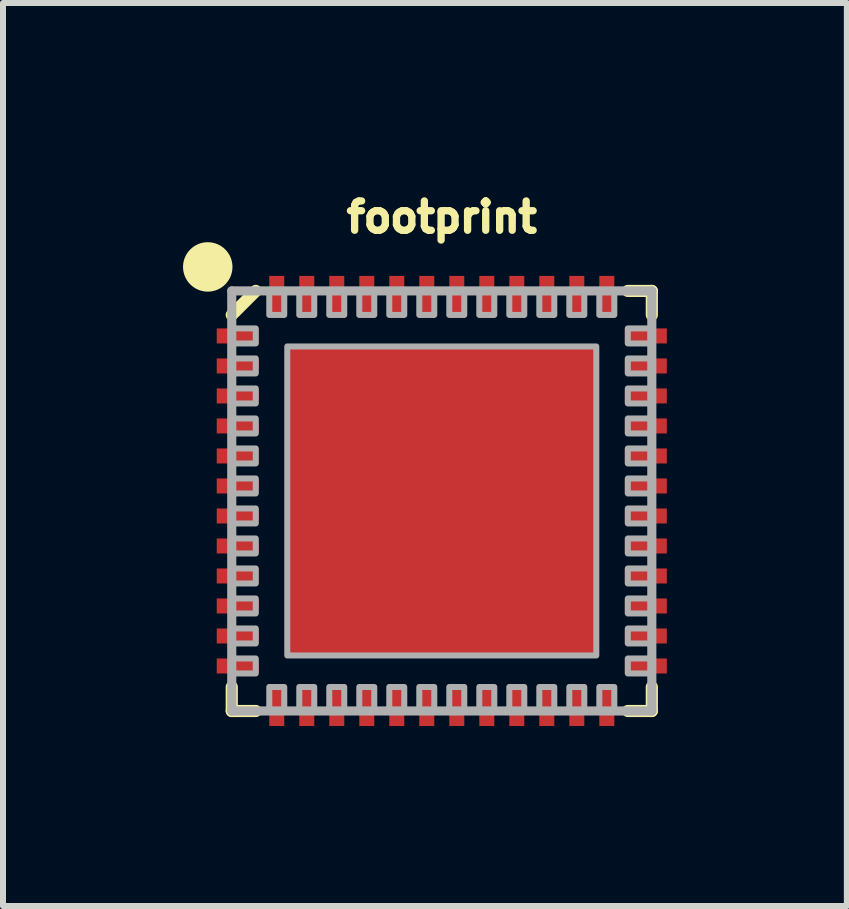
<source format=kicad_pcb>
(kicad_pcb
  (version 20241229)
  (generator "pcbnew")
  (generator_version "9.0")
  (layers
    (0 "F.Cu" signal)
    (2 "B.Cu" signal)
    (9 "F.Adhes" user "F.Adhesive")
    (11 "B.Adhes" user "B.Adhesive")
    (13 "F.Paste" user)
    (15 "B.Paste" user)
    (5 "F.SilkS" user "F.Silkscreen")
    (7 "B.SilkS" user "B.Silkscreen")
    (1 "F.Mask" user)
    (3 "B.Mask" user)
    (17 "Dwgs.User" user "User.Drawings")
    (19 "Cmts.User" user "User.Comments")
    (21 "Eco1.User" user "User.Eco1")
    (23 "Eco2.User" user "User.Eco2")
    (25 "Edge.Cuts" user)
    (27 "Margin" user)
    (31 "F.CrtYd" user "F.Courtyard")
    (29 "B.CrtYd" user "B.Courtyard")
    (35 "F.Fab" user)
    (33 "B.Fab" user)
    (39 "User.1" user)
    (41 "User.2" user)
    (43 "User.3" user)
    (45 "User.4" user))
  (footprint "footprint"
    (layer "F.Cu")
    (at 4.312 5.298)
    (property "Reference" "footprint" (at 0 -4.445 0) (layer "F.SilkS") (effects (font (size 0.488 0.488) (thickness 0.122)) (justify bottom)))
    (fp_line (start -3.5 -3.1) (end -3.1 -3.5) (stroke (width 0.203) (type solid)) (layer "F.SilkS"))
    (fp_line (start -3.5 3.5) (end -3.5 3.1) (stroke (width 0.203) (type solid)) (layer "F.SilkS"))
    (fp_line (start -3.1 3.5) (end -3.5 3.5) (stroke (width 0.203) (type solid)) (layer "F.SilkS"))
    (fp_line (start 3.1 -3.5) (end 3.5 -3.5) (stroke (width 0.203) (type solid)) (layer "F.SilkS"))
    (fp_line (start 3.5 -3.5) (end 3.5 -3.1) (stroke (width 0.203) (type solid)) (layer "F.SilkS"))
    (fp_line (start 3.5 3.1) (end 3.5 3.5) (stroke (width 0.203) (type solid)) (layer "F.SilkS"))
    (fp_line (start 3.5 3.5) (end 3.1 3.5) (stroke (width 0.203) (type solid)) (layer "F.SilkS"))
    (fp_circle (center -3.9 -3.9) (end -3.694 -3.9) (stroke (width 0.412) (type solid)) (fill yes) (layer "F.SilkS"))
    (fp_line (start -3.5 -3.5) (end -3.5 3.5) (stroke (width 0.152) (type solid)) (layer "F.Fab"))
    (fp_line (start -3.5 3.5) (end 3.5 3.5) (stroke (width 0.152) (type solid)) (layer "F.Fab"))
    (fp_line (start 3.5 -3.5) (end -3.5 -3.5) (stroke (width 0.152) (type solid)) (layer "F.Fab"))
    (fp_line (start 3.5 3.5) (end 3.5 -3.5) (stroke (width 0.152) (type solid)) (layer "F.Fab"))
    (fp_poly (pts (xy -3.5 -2.625) (xy -3.1 -2.625) (xy -3.1 -2.875) (xy -3.5 -2.875)) (stroke (width 0.1) (type solid)) (fill no) (layer "F.Fab"))
    (fp_poly (pts (xy -3.5 -2.125) (xy -3.1 -2.125) (xy -3.1 -2.375) (xy -3.5 -2.375)) (stroke (width 0.1) (type solid)) (fill no) (layer "F.Fab"))
    (fp_poly (pts (xy -3.5 -1.625) (xy -3.1 -1.625) (xy -3.1 -1.875) (xy -3.5 -1.875)) (stroke (width 0.1) (type solid)) (fill no) (layer "F.Fab"))
    (fp_poly (pts (xy -3.5 -1.125) (xy -3.1 -1.125) (xy -3.1 -1.375) (xy -3.5 -1.375)) (stroke (width 0.1) (type solid)) (fill no) (layer "F.Fab"))
    (fp_poly (pts (xy -3.5 -0.625) (xy -3.1 -0.625) (xy -3.1 -0.875) (xy -3.5 -0.875)) (stroke (width 0.1) (type solid)) (fill no) (layer "F.Fab"))
    (fp_poly (pts (xy -3.5 -0.125) (xy -3.1 -0.125) (xy -3.1 -0.375) (xy -3.5 -0.375)) (stroke (width 0.1) (type solid)) (fill no) (layer "F.Fab"))
    (fp_poly (pts (xy -3.5 0.375) (xy -3.1 0.375) (xy -3.1 0.125) (xy -3.5 0.125)) (stroke (width 0.1) (type solid)) (fill no) (layer "F.Fab"))
    (fp_poly (pts (xy -3.5 0.875) (xy -3.1 0.875) (xy -3.1 0.625) (xy -3.5 0.625)) (stroke (width 0.1) (type solid)) (fill no) (layer "F.Fab"))
    (fp_poly (pts (xy -3.5 1.375) (xy -3.1 1.375) (xy -3.1 1.125) (xy -3.5 1.125)) (stroke (width 0.1) (type solid)) (fill no) (layer "F.Fab"))
    (fp_poly (pts (xy -3.5 1.875) (xy -3.1 1.875) (xy -3.1 1.625) (xy -3.5 1.625)) (stroke (width 0.1) (type solid)) (fill no) (layer "F.Fab"))
    (fp_poly (pts (xy -3.5 2.375) (xy -3.1 2.375) (xy -3.1 2.125) (xy -3.5 2.125)) (stroke (width 0.1) (type solid)) (fill no) (layer "F.Fab"))
    (fp_poly (pts (xy -3.5 2.875) (xy -3.1 2.875) (xy -3.1 2.625) (xy -3.5 2.625)) (stroke (width 0.1) (type solid)) (fill no) (layer "F.Fab"))
    (fp_poly (pts (xy -2.875 -3.5) (xy -2.875 -3.1) (xy -2.625 -3.1) (xy -2.625 -3.5)) (stroke (width 0.1) (type solid)) (fill no) (layer "F.Fab"))
    (fp_poly (pts (xy -2.625 3.5) (xy -2.625 3.1) (xy -2.875 3.1) (xy -2.875 3.5)) (stroke (width 0.1) (type solid)) (fill no) (layer "F.Fab"))
    (fp_poly (pts (xy -2.575 2.575) (xy 2.575 2.575) (xy 2.575 -2.575) (xy -2.575 -2.575)) (stroke (width 0.1) (type solid)) (fill no) (layer "F.Fab"))
    (fp_poly (pts (xy -2.375 -3.5) (xy -2.375 -3.1) (xy -2.125 -3.1) (xy -2.125 -3.5)) (stroke (width 0.1) (type solid)) (fill no) (layer "F.Fab"))
    (fp_poly (pts (xy -2.125 3.5) (xy -2.125 3.1) (xy -2.375 3.1) (xy -2.375 3.5)) (stroke (width 0.1) (type solid)) (fill no) (layer "F.Fab"))
    (fp_poly (pts (xy -1.875 -3.5) (xy -1.875 -3.1) (xy -1.625 -3.1) (xy -1.625 -3.5)) (stroke (width 0.1) (type solid)) (fill no) (layer "F.Fab"))
    (fp_poly (pts (xy -1.625 3.5) (xy -1.625 3.1) (xy -1.875 3.1) (xy -1.875 3.5)) (stroke (width 0.1) (type solid)) (fill no) (layer "F.Fab"))
    (fp_poly (pts (xy -1.375 -3.5) (xy -1.375 -3.1) (xy -1.125 -3.1) (xy -1.125 -3.5)) (stroke (width 0.1) (type solid)) (fill no) (layer "F.Fab"))
    (fp_poly (pts (xy -1.125 3.5) (xy -1.125 3.1) (xy -1.375 3.1) (xy -1.375 3.5)) (stroke (width 0.1) (type solid)) (fill no) (layer "F.Fab"))
    (fp_poly (pts (xy -0.875 -3.5) (xy -0.875 -3.1) (xy -0.625 -3.1) (xy -0.625 -3.5)) (stroke (width 0.1) (type solid)) (fill no) (layer "F.Fab"))
    (fp_poly (pts (xy -0.625 3.5) (xy -0.625 3.1) (xy -0.875 3.1) (xy -0.875 3.5)) (stroke (width 0.1) (type solid)) (fill no) (layer "F.Fab"))
    (fp_poly (pts (xy -0.375 -3.5) (xy -0.375 -3.1) (xy -0.125 -3.1) (xy -0.125 -3.5)) (stroke (width 0.1) (type solid)) (fill no) (layer "F.Fab"))
    (fp_poly (pts (xy -0.125 3.5) (xy -0.125 3.1) (xy -0.375 3.1) (xy -0.375 3.5)) (stroke (width 0.1) (type solid)) (fill no) (layer "F.Fab"))
    (fp_poly (pts (xy 0.125 -3.5) (xy 0.125 -3.1) (xy 0.375 -3.1) (xy 0.375 -3.5)) (stroke (width 0.1) (type solid)) (fill no) (layer "F.Fab"))
    (fp_poly (pts (xy 0.375 3.5) (xy 0.375 3.1) (xy 0.125 3.1) (xy 0.125 3.5)) (stroke (width 0.1) (type solid)) (fill no) (layer "F.Fab"))
    (fp_poly (pts (xy 0.625 -3.5) (xy 0.625 -3.1) (xy 0.875 -3.1) (xy 0.875 -3.5)) (stroke (width 0.1) (type solid)) (fill no) (layer "F.Fab"))
    (fp_poly (pts (xy 0.875 3.5) (xy 0.875 3.1) (xy 0.625 3.1) (xy 0.625 3.5)) (stroke (width 0.1) (type solid)) (fill no) (layer "F.Fab"))
    (fp_poly (pts (xy 1.125 -3.5) (xy 1.125 -3.1) (xy 1.375 -3.1) (xy 1.375 -3.5)) (stroke (width 0.1) (type solid)) (fill no) (layer "F.Fab"))
    (fp_poly (pts (xy 1.375 3.5) (xy 1.375 3.1) (xy 1.125 3.1) (xy 1.125 3.5)) (stroke (width 0.1) (type solid)) (fill no) (layer "F.Fab"))
    (fp_poly (pts (xy 1.625 -3.5) (xy 1.625 -3.1) (xy 1.875 -3.1) (xy 1.875 -3.5)) (stroke (width 0.1) (type solid)) (fill no) (layer "F.Fab"))
    (fp_poly (pts (xy 1.875 3.5) (xy 1.875 3.1) (xy 1.625 3.1) (xy 1.625 3.5)) (stroke (width 0.1) (type solid)) (fill no) (layer "F.Fab"))
    (fp_poly (pts (xy 2.125 -3.5) (xy 2.125 -3.1) (xy 2.375 -3.1) (xy 2.375 -3.5)) (stroke (width 0.1) (type solid)) (fill no) (layer "F.Fab"))
    (fp_poly (pts (xy 2.375 3.5) (xy 2.375 3.1) (xy 2.125 3.1) (xy 2.125 3.5)) (stroke (width 0.1) (type solid)) (fill no) (layer "F.Fab"))
    (fp_poly (pts (xy 2.625 -3.5) (xy 2.625 -3.1) (xy 2.875 -3.1) (xy 2.875 -3.5)) (stroke (width 0.1) (type solid)) (fill no) (layer "F.Fab"))
    (fp_poly (pts (xy 2.875 3.5) (xy 2.875 3.1) (xy 2.625 3.1) (xy 2.625 3.5)) (stroke (width 0.1) (type solid)) (fill no) (layer "F.Fab"))
    (fp_poly (pts (xy 3.5 -2.875) (xy 3.1 -2.875) (xy 3.1 -2.625) (xy 3.5 -2.625)) (stroke (width 0.1) (type solid)) (fill no) (layer "F.Fab"))
    (fp_poly (pts (xy 3.5 -2.375) (xy 3.1 -2.375) (xy 3.1 -2.125) (xy 3.5 -2.125)) (stroke (width 0.1) (type solid)) (fill no) (layer "F.Fab"))
    (fp_poly (pts (xy 3.5 -1.875) (xy 3.1 -1.875) (xy 3.1 -1.625) (xy 3.5 -1.625)) (stroke (width 0.1) (type solid)) (fill no) (layer "F.Fab"))
    (fp_poly (pts (xy 3.5 -1.375) (xy 3.1 -1.375) (xy 3.1 -1.125) (xy 3.5 -1.125)) (stroke (width 0.1) (type solid)) (fill no) (layer "F.Fab"))
    (fp_poly (pts (xy 3.5 -0.875) (xy 3.1 -0.875) (xy 3.1 -0.625) (xy 3.5 -0.625)) (stroke (width 0.1) (type solid)) (fill no) (layer "F.Fab"))
    (fp_poly (pts (xy 3.5 -0.375) (xy 3.1 -0.375) (xy 3.1 -0.125) (xy 3.5 -0.125)) (stroke (width 0.1) (type solid)) (fill no) (layer "F.Fab"))
    (fp_poly (pts (xy 3.5 0.125) (xy 3.1 0.125) (xy 3.1 0.375) (xy 3.5 0.375)) (stroke (width 0.1) (type solid)) (fill no) (layer "F.Fab"))
    (fp_poly (pts (xy 3.5 0.625) (xy 3.1 0.625) (xy 3.1 0.875) (xy 3.5 0.875)) (stroke (width 0.1) (type solid)) (fill no) (layer "F.Fab"))
    (fp_poly (pts (xy 3.5 1.125) (xy 3.1 1.125) (xy 3.1 1.375) (xy 3.5 1.375)) (stroke (width 0.1) (type solid)) (fill no) (layer "F.Fab"))
    (fp_poly (pts (xy 3.5 1.625) (xy 3.1 1.625) (xy 3.1 1.875) (xy 3.5 1.875)) (stroke (width 0.1) (type solid)) (fill no) (layer "F.Fab"))
    (fp_poly (pts (xy 3.5 2.125) (xy 3.1 2.125) (xy 3.1 2.375) (xy 3.5 2.375)) (stroke (width 0.1) (type solid)) (fill no) (layer "F.Fab"))
    (fp_poly (pts (xy 3.5 2.625) (xy 3.1 2.625) (xy 3.1 2.875) (xy 3.5 2.875)) (stroke (width 0.1) (type solid)) (fill no) (layer "F.Fab"))
    (pad "1" smd rect (at -3.4 -2.75) (size 0.7 0.25) (layers "F.Cu" "F.Mask" "F.Paste"))
    (pad "2" smd rect (at -3.4 -2.25) (size 0.7 0.25) (layers "F.Cu" "F.Mask" "F.Paste"))
    (pad "3" smd rect (at -3.4 -1.75) (size 0.7 0.25) (layers "F.Cu" "F.Mask" "F.Paste"))
    (pad "4" smd rect (at -3.4 -1.25) (size 0.7 0.25) (layers "F.Cu" "F.Mask" "F.Paste"))
    (pad "5" smd rect (at -3.4 -0.75) (size 0.7 0.25) (layers "F.Cu" "F.Mask" "F.Paste"))
    (pad "6" smd rect (at -3.4 -0.25) (size 0.7 0.25) (layers "F.Cu" "F.Mask" "F.Paste"))
    (pad "7" smd rect (at -3.4 0.25) (size 0.7 0.25) (layers "F.Cu" "F.Mask" "F.Paste"))
    (pad "8" smd rect (at -3.4 0.75) (size 0.7 0.25) (layers "F.Cu" "F.Mask" "F.Paste"))
    (pad "9" smd rect (at -3.4 1.25) (size 0.7 0.25) (layers "F.Cu" "F.Mask" "F.Paste"))
    (pad "10" smd rect (at -3.4 1.75) (size 0.7 0.25) (layers "F.Cu" "F.Mask" "F.Paste"))
    (pad "11" smd rect (at -3.4 2.25) (size 0.7 0.25) (layers "F.Cu" "F.Mask" "F.Paste"))
    (pad "12" smd rect (at -3.4 2.75) (size 0.7 0.25) (layers "F.Cu" "F.Mask" "F.Paste"))
    (pad "13" smd rect (at -2.75 3.4 90) (size 0.7 0.25) (layers "F.Cu" "F.Mask" "F.Paste"))
    (pad "14" smd rect (at -2.25 3.4 90) (size 0.7 0.25) (layers "F.Cu" "F.Mask" "F.Paste"))
    (pad "15" smd rect (at -1.75 3.4 90) (size 0.7 0.25) (layers "F.Cu" "F.Mask" "F.Paste"))
    (pad "16" smd rect (at -1.25 3.4 90) (size 0.7 0.25) (layers "F.Cu" "F.Mask" "F.Paste"))
    (pad "17" smd rect (at -0.75 3.4 90) (size 0.7 0.25) (layers "F.Cu" "F.Mask" "F.Paste"))
    (pad "18" smd rect (at -0.25 3.4 90) (size 0.7 0.25) (layers "F.Cu" "F.Mask" "F.Paste"))
    (pad "19" smd rect (at 0.25 3.4 90) (size 0.7 0.25) (layers "F.Cu" "F.Mask" "F.Paste"))
    (pad "20" smd rect (at 0.75 3.4 90) (size 0.7 0.25) (layers "F.Cu" "F.Mask" "F.Paste"))
    (pad "21" smd rect (at 1.25 3.4 90) (size 0.7 0.25) (layers "F.Cu" "F.Mask" "F.Paste"))
    (pad "22" smd rect (at 1.75 3.4 90) (size 0.7 0.25) (layers "F.Cu" "F.Mask" "F.Paste"))
    (pad "23" smd rect (at 2.25 3.4 90) (size 0.7 0.25) (layers "F.Cu" "F.Mask" "F.Paste"))
    (pad "24" smd rect (at 2.75 3.4 90) (size 0.7 0.25) (layers "F.Cu" "F.Mask" "F.Paste"))
    (pad "25" smd rect (at 3.4 2.75 180) (size 0.7 0.25) (layers "F.Cu" "F.Mask" "F.Paste"))
    (pad "26" smd rect (at 3.4 2.25 180) (size 0.7 0.25) (layers "F.Cu" "F.Mask" "F.Paste"))
    (pad "27" smd rect (at 3.4 1.75 180) (size 0.7 0.25) (layers "F.Cu" "F.Mask" "F.Paste"))
    (pad "28" smd rect (at 3.4 1.25 180) (size 0.7 0.25) (layers "F.Cu" "F.Mask" "F.Paste"))
    (pad "29" smd rect (at 3.4 0.75 180) (size 0.7 0.25) (layers "F.Cu" "F.Mask" "F.Paste"))
    (pad "30" smd rect (at 3.4 0.25 180) (size 0.7 0.25) (layers "F.Cu" "F.Mask" "F.Paste"))
    (pad "31" smd rect (at 3.4 -0.25 180) (size 0.7 0.25) (layers "F.Cu" "F.Mask" "F.Paste"))
    (pad "32" smd rect (at 3.4 -0.75 180) (size 0.7 0.25) (layers "F.Cu" "F.Mask" "F.Paste"))
    (pad "33" smd rect (at 3.4 -1.25 180) (size 0.7 0.25) (layers "F.Cu" "F.Mask" "F.Paste"))
    (pad "34" smd rect (at 3.4 -1.75 180) (size 0.7 0.25) (layers "F.Cu" "F.Mask" "F.Paste"))
    (pad "35" smd rect (at 3.4 -2.25 180) (size 0.7 0.25) (layers "F.Cu" "F.Mask" "F.Paste"))
    (pad "36" smd rect (at 3.4 -2.75 180) (size 0.7 0.25) (layers "F.Cu" "F.Mask" "F.Paste"))
    (pad "37" smd rect (at 2.75 -3.4 270) (size 0.7 0.25) (layers "F.Cu" "F.Mask" "F.Paste"))
    (pad "38" smd rect (at 2.25 -3.4 270) (size 0.7 0.25) (layers "F.Cu" "F.Mask" "F.Paste"))
    (pad "39" smd rect (at 1.75 -3.4 270) (size 0.7 0.25) (layers "F.Cu" "F.Mask" "F.Paste"))
    (pad "40" smd rect (at 1.25 -3.4 270) (size 0.7 0.25) (layers "F.Cu" "F.Mask" "F.Paste"))
    (pad "41" smd rect (at 0.75 -3.4 270) (size 0.7 0.25) (layers "F.Cu" "F.Mask" "F.Paste"))
    (pad "42" smd rect (at 0.25 -3.4 270) (size 0.7 0.25) (layers "F.Cu" "F.Mask" "F.Paste"))
    (pad "43" smd rect (at -0.25 -3.4 270) (size 0.7 0.25) (layers "F.Cu" "F.Mask" "F.Paste"))
    (pad "44" smd rect (at -0.75 -3.4 270) (size 0.7 0.25) (layers "F.Cu" "F.Mask" "F.Paste"))
    (pad "45" smd rect (at -1.25 -3.4 270) (size 0.7 0.25) (layers "F.Cu" "F.Mask" "F.Paste"))
    (pad "46" smd rect (at -1.75 -3.4 270) (size 0.7 0.25) (layers "F.Cu" "F.Mask" "F.Paste"))
    (pad "47" smd rect (at -2.25 -3.4 270) (size 0.7 0.25) (layers "F.Cu" "F.Mask" "F.Paste"))
    (pad "48" smd rect (at -2.75 -3.4 270) (size 0.7 0.25) (layers "F.Cu" "F.Mask" "F.Paste"))
    (pad "EP" smd rect (at 0 0) (size 5.15 5.15) (layers "F.Cu" "F.Mask")))
  (gr_rect
    (start -3 -3)
    (end 11.062 12.048)
    (stroke (width 0.1) (type default))
    (fill no)
    (layer "Edge.Cuts")))
</source>
